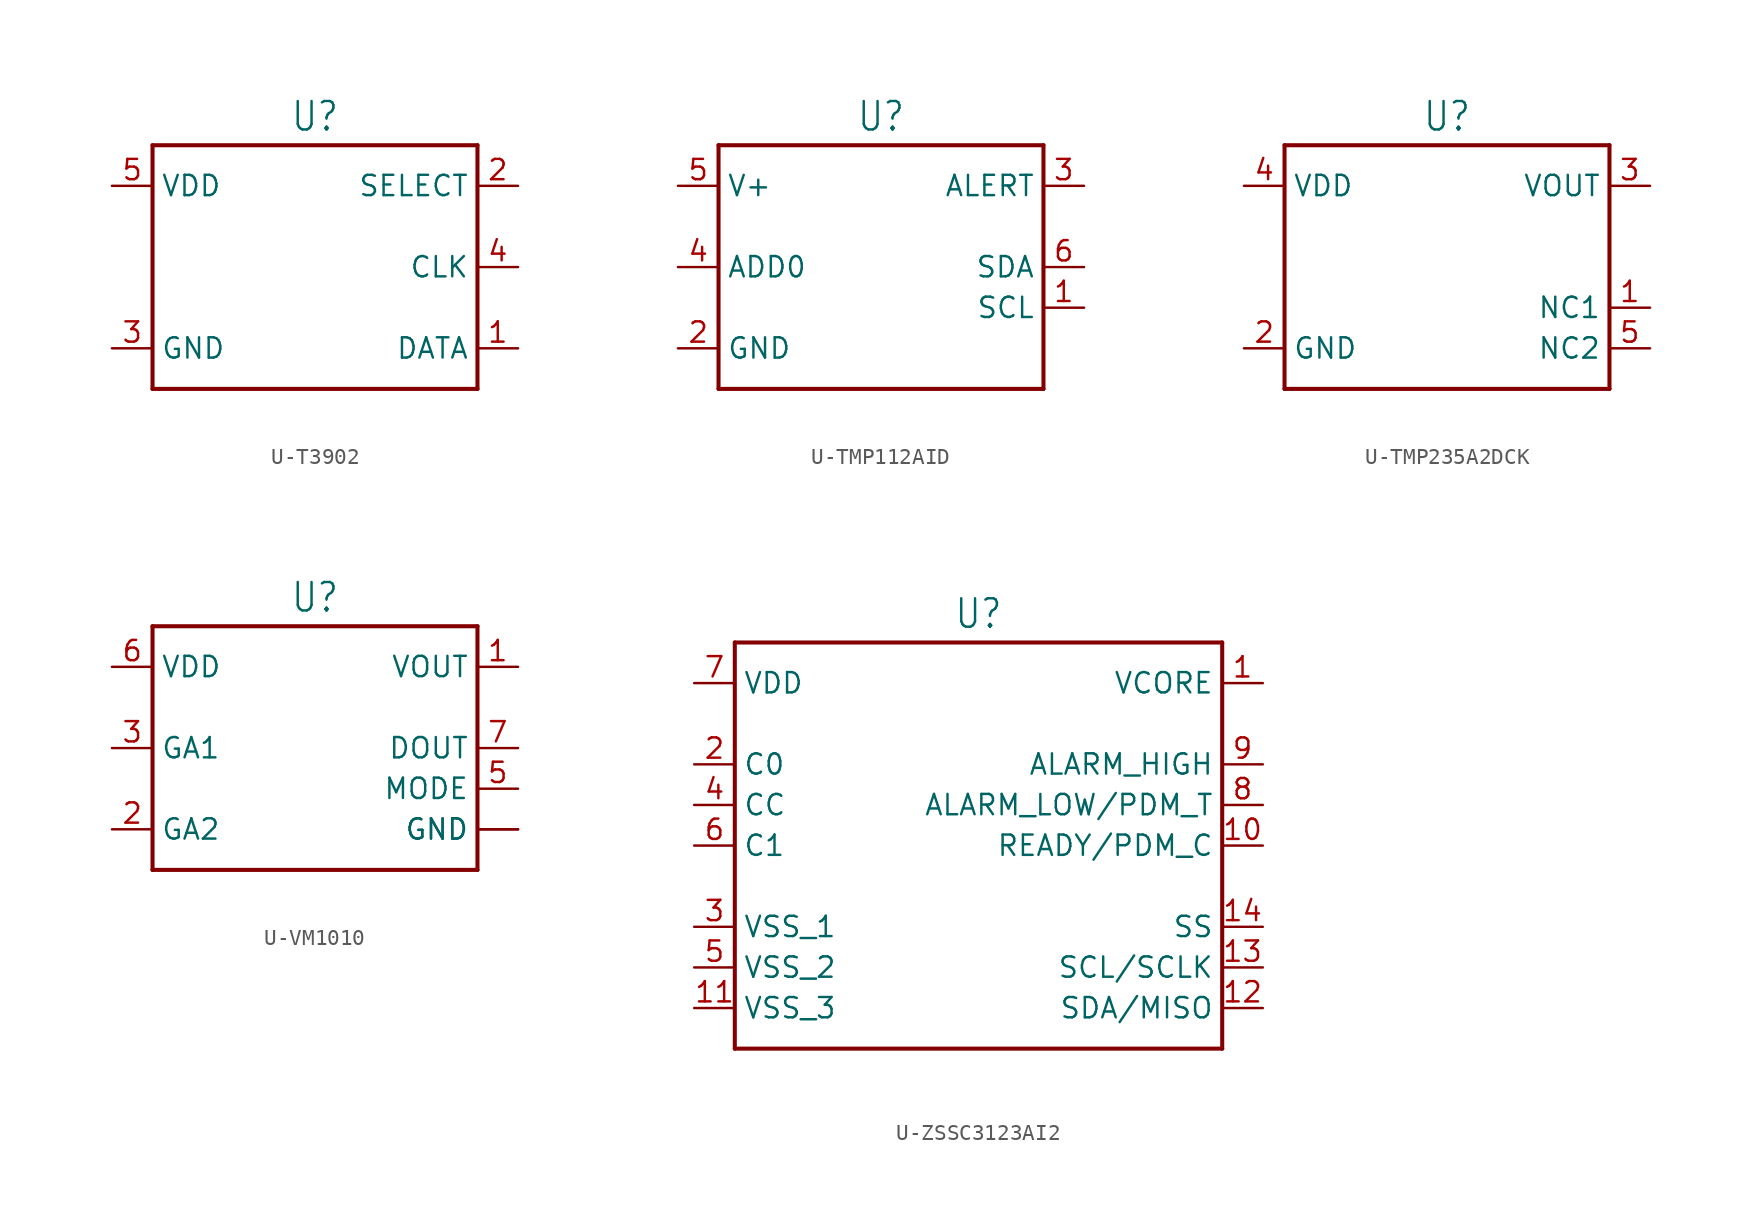
<source format=kicad_sym>
(kicad_symbol_lib
  (version 20231120)
  (generator "kicad_symbol_editor")
  (generator_version "8.0")
  (symbol "U-T3902"
    (property "Reference" "U"
      (at 0 8.382 0)
      (effects (font (size 1.778 1.511)) (justify bottom)))
    (property "Value" ""
      (at 0 -8.382 0)
      (effects (font (size 1.778 1.511)) (justify top)))
    (property "ki_locked" ""
      (at 0 0 0)
      (effects (font (size 1.27 1.27))))
    (symbol "U-T3902_1_0"
      (polyline (pts (xy -10.16 -7.62) (xy -10.16 7.62)) (stroke (width 0.254) (type solid)) (fill (type none)))
      (polyline (pts (xy -10.16 7.62) (xy 10.16 7.62)) (stroke (width 0.254) (type solid)) (fill (type none)))
      (polyline (pts (xy 10.16 -7.62) (xy -10.16 -7.62)) (stroke (width 0.254) (type solid)) (fill (type none)))
      (polyline (pts (xy 10.16 7.62) (xy 10.16 -7.62)) (stroke (width 0.254) (type solid)) (fill (type none)))
      (pin passive line (at 12.7 -5.08 180) (length 2.54) (name "DATA" (effects (font (size 1.27 1.27)))) (number "1" (effects (font (size 1.27 1.27)))))
      (pin passive line (at 12.7 5.08 180) (length 2.54) (name "SELECT" (effects (font (size 1.27 1.27)))) (number "2" (effects (font (size 1.27 1.27)))))
      (pin passive line (at -12.7 -5.08 0) (length 2.54) (name "GND" (effects (font (size 1.27 1.27)))) (number "3" (effects (font (size 1.27 1.27)))))
      (pin passive line (at 12.7 0 180) (length 2.54) (name "CLK" (effects (font (size 1.27 1.27)))) (number "4" (effects (font (size 1.27 1.27)))))
      (pin passive line (at -12.7 5.08 0) (length 2.54) (name "VDD" (effects (font (size 1.27 1.27)))) (number "5" (effects (font (size 1.27 1.27)))))))
  (symbol "U-TMP112AID"
    (property "Reference" "U"
      (at 0 8.382 0)
      (effects (font (size 1.778 1.511)) (justify bottom)))
    (property "Value" ""
      (at 0 -8.382 0)
      (effects (font (size 1.778 1.511)) (justify top)))
    (property "ki_locked" ""
      (at 0 0 0)
      (effects (font (size 1.27 1.27))))
    (symbol "U-TMP112AID_1_0"
      (polyline (pts (xy -10.16 -7.62) (xy -10.16 7.62)) (stroke (width 0.254) (type solid)) (fill (type none)))
      (polyline (pts (xy -10.16 7.62) (xy 10.16 7.62)) (stroke (width 0.254) (type solid)) (fill (type none)))
      (polyline (pts (xy 10.16 -7.62) (xy -10.16 -7.62)) (stroke (width 0.254) (type solid)) (fill (type none)))
      (polyline (pts (xy 10.16 7.62) (xy 10.16 -7.62)) (stroke (width 0.254) (type solid)) (fill (type none)))
      (pin passive line (at 12.7 -2.54 180) (length 2.54) (name "SCL" (effects (font (size 1.27 1.27)))) (number "1" (effects (font (size 1.27 1.27)))))
      (pin passive line (at -12.7 -5.08 0) (length 2.54) (name "GND" (effects (font (size 1.27 1.27)))) (number "2" (effects (font (size 1.27 1.27)))))
      (pin passive line (at 12.7 5.08 180) (length 2.54) (name "ALERT" (effects (font (size 1.27 1.27)))) (number "3" (effects (font (size 1.27 1.27)))))
      (pin passive line (at -12.7 0 0) (length 2.54) (name "ADD0" (effects (font (size 1.27 1.27)))) (number "4" (effects (font (size 1.27 1.27)))))
      (pin passive line (at -12.7 5.08 0) (length 2.54) (name "V+" (effects (font (size 1.27 1.27)))) (number "5" (effects (font (size 1.27 1.27)))))
      (pin passive line (at 12.7 0 180) (length 2.54) (name "SDA" (effects (font (size 1.27 1.27)))) (number "6" (effects (font (size 1.27 1.27)))))))
  (symbol "U-TMP235A2DCK"
    (property "Reference" "U"
      (at 0 8.382 0)
      (effects (font (size 1.778 1.511)) (justify bottom)))
    (property "Value" ""
      (at 0 -8.382 0)
      (effects (font (size 1.778 1.511)) (justify top)))
    (property "ki_locked" ""
      (at 0 0 0)
      (effects (font (size 1.27 1.27))))
    (symbol "U-TMP235A2DCK_1_0"
      (polyline (pts (xy -10.16 -7.62) (xy -10.16 7.62)) (stroke (width 0.254) (type solid)) (fill (type none)))
      (polyline (pts (xy -10.16 7.62) (xy 10.16 7.62)) (stroke (width 0.254) (type solid)) (fill (type none)))
      (polyline (pts (xy 10.16 -7.62) (xy -10.16 -7.62)) (stroke (width 0.254) (type solid)) (fill (type none)))
      (polyline (pts (xy 10.16 7.62) (xy 10.16 -7.62)) (stroke (width 0.254) (type solid)) (fill (type none)))
      (pin passive line (at 12.7 -2.54 180) (length 2.54) (name "NC1" (effects (font (size 1.27 1.27)))) (number "1" (effects (font (size 1.27 1.27)))))
      (pin passive line (at -12.7 -5.08 0) (length 2.54) (name "GND" (effects (font (size 1.27 1.27)))) (number "2" (effects (font (size 1.27 1.27)))))
      (pin passive line (at 12.7 5.08 180) (length 2.54) (name "VOUT" (effects (font (size 1.27 1.27)))) (number "3" (effects (font (size 1.27 1.27)))))
      (pin passive line (at -12.7 5.08 0) (length 2.54) (name "VDD" (effects (font (size 1.27 1.27)))) (number "4" (effects (font (size 1.27 1.27)))))
      (pin passive line (at 12.7 -5.08 180) (length 2.54) (name "NC2" (effects (font (size 1.27 1.27)))) (number "5" (effects (font (size 1.27 1.27)))))))
  (symbol "U-VM1010"
    (property "Reference" "U"
      (at 0 8.382 0)
      (effects (font (size 1.778 1.511)) (justify bottom)))
    (property "Value" ""
      (at 0 -8.382 0)
      (effects (font (size 1.778 1.511)) (justify top)))
    (property "ki_locked" ""
      (at 0 0 0)
      (effects (font (size 1.27 1.27))))
    (symbol "U-VM1010_1_0"
      (polyline (pts (xy -10.16 -7.62) (xy -10.16 7.62)) (stroke (width 0.254) (type solid)) (fill (type none)))
      (polyline (pts (xy -10.16 7.62) (xy 10.16 7.62)) (stroke (width 0.254) (type solid)) (fill (type none)))
      (polyline (pts (xy 10.16 -7.62) (xy -10.16 -7.62)) (stroke (width 0.254) (type solid)) (fill (type none)))
      (polyline (pts (xy 10.16 7.62) (xy 10.16 -7.62)) (stroke (width 0.254) (type solid)) (fill (type none)))
      (pin passive line (at 12.7 5.08 180) (length 2.54) (name "VOUT" (effects (font (size 1.27 1.27)))) (number "1" (effects (font (size 1.27 1.27)))))
      (pin passive line (at -12.7 -5.08 0) (length 2.54) (name "GA2" (effects (font (size 1.27 1.27)))) (number "2" (effects (font (size 1.27 1.27)))))
      (pin passive line (at -12.7 0 0) (length 2.54) (name "GA1" (effects (font (size 1.27 1.27)))) (number "3" (effects (font (size 1.27 1.27)))))
      (pin passive line (at 12.7 -5.08 180) (length 2.54) (name "GND" (effects (font (size 1.27 1.27)))) (number "4" (effects (font (size 0 0)))))
      (pin passive line (at 12.7 -2.54 180) (length 2.54) (name "MODE" (effects (font (size 1.27 1.27)))) (number "5" (effects (font (size 1.27 1.27)))))
      (pin passive line (at -12.7 5.08 0) (length 2.54) (name "VDD" (effects (font (size 1.27 1.27)))) (number "6" (effects (font (size 1.27 1.27)))))
      (pin passive line (at 12.7 0 180) (length 2.54) (name "DOUT" (effects (font (size 1.27 1.27)))) (number "7" (effects (font (size 1.27 1.27)))))
      (pin passive line (at 12.7 -5.08 180) (length 2.54) (name "GND" (effects (font (size 1.27 1.27)))) (number "8" (effects (font (size 0 0)))))))
  (symbol "U-ZSSC3123AI2"
    (property "Reference" "U"
      (at 0 13.462 0)
      (effects (font (size 1.778 1.511)) (justify bottom)))
    (property "Value" ""
      (at 0 -13.462 0)
      (effects (font (size 1.778 1.511)) (justify top)))
    (property "ki_locked" ""
      (at 0 0 0)
      (effects (font (size 1.27 1.27))))
    (symbol "U-ZSSC3123AI2_1_0"
      (polyline (pts (xy -15.24 -12.7) (xy -15.24 12.7)) (stroke (width 0.254) (type solid)) (fill (type none)))
      (polyline (pts (xy -15.24 12.7) (xy 15.24 12.7)) (stroke (width 0.254) (type solid)) (fill (type none)))
      (polyline (pts (xy 15.24 -12.7) (xy -15.24 -12.7)) (stroke (width 0.254) (type solid)) (fill (type none)))
      (polyline (pts (xy 15.24 12.7) (xy 15.24 -12.7)) (stroke (width 0.254) (type solid)) (fill (type none)))
      (pin passive line (at 17.78 10.16 180) (length 2.54) (name "VCORE" (effects (font (size 1.27 1.27)))) (number "1" (effects (font (size 1.27 1.27)))))
      (pin passive line (at 17.78 0 180) (length 2.54) (name "READY/PDM_C" (effects (font (size 1.27 1.27)))) (number "10" (effects (font (size 1.27 1.27)))))
      (pin passive line (at -17.78 -10.16 0) (length 2.54) (name "VSS_3" (effects (font (size 1.27 1.27)))) (number "11" (effects (font (size 1.27 1.27)))))
      (pin passive line (at 17.78 -10.16 180) (length 2.54) (name "SDA/MISO" (effects (font (size 1.27 1.27)))) (number "12" (effects (font (size 1.27 1.27)))))
      (pin passive line (at 17.78 -7.62 180) (length 2.54) (name "SCL/SCLK" (effects (font (size 1.27 1.27)))) (number "13" (effects (font (size 1.27 1.27)))))
      (pin passive line (at 17.78 -5.08 180) (length 2.54) (name "SS" (effects (font (size 1.27 1.27)))) (number "14" (effects (font (size 1.27 1.27)))))
      (pin passive line (at -17.78 5.08 0) (length 2.54) (name "C0" (effects (font (size 1.27 1.27)))) (number "2" (effects (font (size 1.27 1.27)))))
      (pin passive line (at -17.78 -5.08 0) (length 2.54) (name "VSS_1" (effects (font (size 1.27 1.27)))) (number "3" (effects (font (size 1.27 1.27)))))
      (pin passive line (at -17.78 2.54 0) (length 2.54) (name "CC" (effects (font (size 1.27 1.27)))) (number "4" (effects (font (size 1.27 1.27)))))
      (pin passive line (at -17.78 -7.62 0) (length 2.54) (name "VSS_2" (effects (font (size 1.27 1.27)))) (number "5" (effects (font (size 1.27 1.27)))))
      (pin passive line (at -17.78 0 0) (length 2.54) (name "C1" (effects (font (size 1.27 1.27)))) (number "6" (effects (font (size 1.27 1.27)))))
      (pin passive line (at -17.78 10.16 0) (length 2.54) (name "VDD" (effects (font (size 1.27 1.27)))) (number "7" (effects (font (size 1.27 1.27)))))
      (pin passive line (at 17.78 2.54 180) (length 2.54) (name "ALARM_LOW/PDM_T" (effects (font (size 1.27 1.27)))) (number "8" (effects (font (size 1.27 1.27)))))
      (pin passive line (at 17.78 5.08 180) (length 2.54) (name "ALARM_HIGH" (effects (font (size 1.27 1.27)))) (number "9" (effects (font (size 1.27 1.27))))))))
</source>
